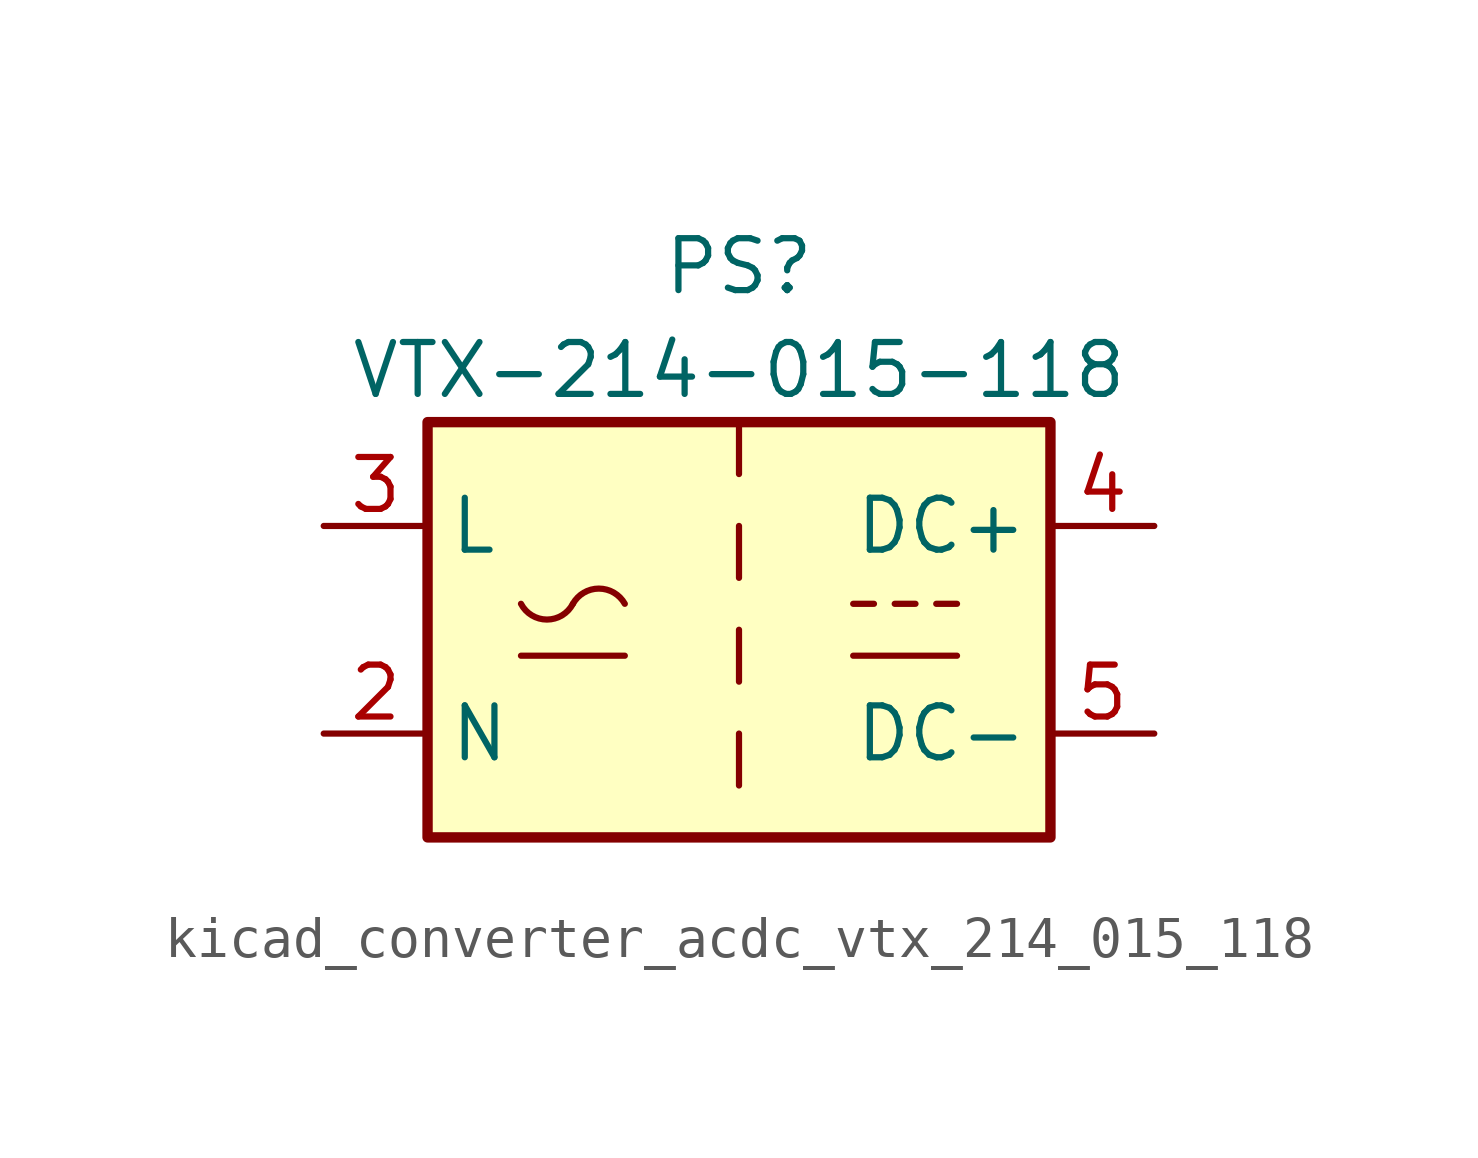
<source format=kicad_sym>
(kicad_symbol_lib
  (version 20220914)
  (generator kicad_symbol_editor)
  (symbol "kicad_converter_acdc_vtx_214_015_118"
    (property "Reference" "PS"
      (at 0 8.89 0)
      (effects (font (size 1.27 1.27))))
    (property "Value" "VTX-214-015-118"
      (at 0 6.35 0)
      (effects (font (size 1.27 1.27))))
    (symbol "kicad_converter_acdc_vtx_214_015_118_0_1"
      (rectangle (start -7.62 5.08) (end 7.62 -5.08) (stroke (width 0.254) (type default)) (fill (type background)))
      (arc (start -5.334 0.635) (mid -4.699 0.2495) (end -4.064 0.635) (stroke (width 0) (type default)) (fill (type none)))
      (arc (start -2.794 0.635) (mid -3.429 1.0072) (end -4.064 0.635) (stroke (width 0) (type default)) (fill (type none)))
      (polyline (pts (xy -5.334 -0.635) (xy -2.794 -0.635)) (stroke (width 0) (type default)) (fill (type none)))
      (polyline (pts (xy 2.794 -0.635) (xy 5.334 -0.635)) (stroke (width 0) (type default)) (fill (type none)))
      (polyline (pts (xy 2.794 0.635) (xy 3.302 0.635)) (stroke (width 0) (type default)) (fill (type none)))
      (polyline (pts (xy 3.81 0.635) (xy 4.318 0.635)) (stroke (width 0) (type default)) (fill (type none)))
      (polyline (pts (xy 4.826 0.635) (xy 5.334 0.635)) (stroke (width 0) (type default)) (fill (type none))))
    (symbol "kicad_converter_acdc_vtx_214_015_118_1_1"
      (polyline (pts (xy 0 -2.54) (xy 0 -3.81)) (stroke (width 0) (type default)) (fill (type none)))
      (polyline (pts (xy 0 0) (xy 0 -1.27)) (stroke (width 0) (type default)) (fill (type none)))
      (polyline (pts (xy 0 2.54) (xy 0 1.27)) (stroke (width 0) (type default)) (fill (type none)))
      (polyline (pts (xy 0 5.08) (xy 0 3.81)) (stroke (width 0) (type default)) (fill (type none)))
      (pin no_connect line (at 0 -5.08 90) (length 2.54) hide (name "FG" (effects (font (size 1.27 1.27)))) (number "1" (effects (font (size 1.27 1.27)))))
      (pin power_in line (at -10.16 -2.54 0) (length 2.54) (name "N" (effects (font (size 1.27 1.27)))) (number "2" (effects (font (size 1.27 1.27)))))
      (pin power_in line (at -10.16 2.54 0) (length 2.54) (name "L" (effects (font (size 1.27 1.27)))) (number "3" (effects (font (size 1.27 1.27)))))
      (pin power_out line (at 10.16 2.54 180) (length 2.54) (name "DC+" (effects (font (size 1.27 1.27)))) (number "4" (effects (font (size 1.27 1.27)))))
      (pin power_out line (at 10.16 -2.54 180) (length 2.54) (name "DC-" (effects (font (size 1.27 1.27)))) (number "5" (effects (font (size 1.27 1.27))))))))
</source>
